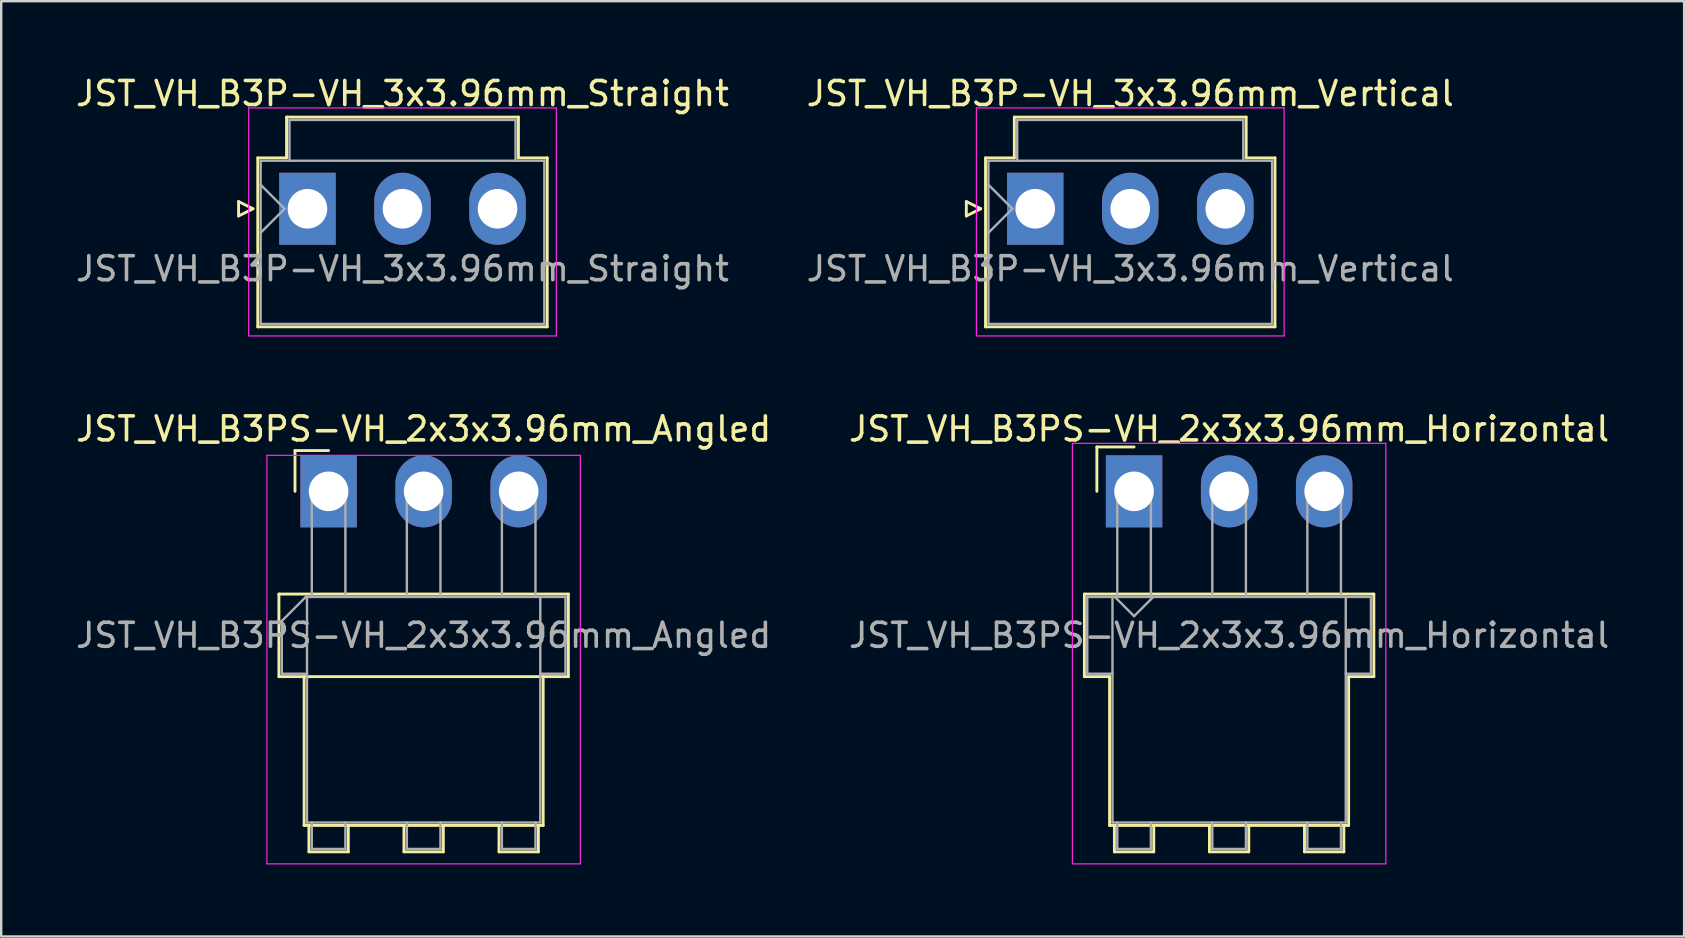
<source format=kicad_pcb>
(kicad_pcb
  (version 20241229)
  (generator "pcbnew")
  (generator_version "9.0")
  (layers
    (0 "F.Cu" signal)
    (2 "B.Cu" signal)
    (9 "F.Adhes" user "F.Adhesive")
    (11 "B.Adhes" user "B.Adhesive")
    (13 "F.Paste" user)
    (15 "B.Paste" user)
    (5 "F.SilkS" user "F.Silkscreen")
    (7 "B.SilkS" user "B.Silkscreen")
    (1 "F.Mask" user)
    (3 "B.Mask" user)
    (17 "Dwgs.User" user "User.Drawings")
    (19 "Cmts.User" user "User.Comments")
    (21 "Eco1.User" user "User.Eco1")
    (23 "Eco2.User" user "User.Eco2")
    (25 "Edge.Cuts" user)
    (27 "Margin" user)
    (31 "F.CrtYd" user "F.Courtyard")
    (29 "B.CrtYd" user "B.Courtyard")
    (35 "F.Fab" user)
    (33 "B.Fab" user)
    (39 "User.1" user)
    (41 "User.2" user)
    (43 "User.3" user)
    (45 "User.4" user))
  (footprint "JST_VH_B3PS-VH_2x3x3.96mm_Horizontal"
    (layer "F.Cu")
    (at 44.201 17.422)
    (property "Reference" "JST_VH_B3PS-VH_2x3x3.96mm_Horizontal" (at 3.96 -2.6 0) (layer "F.SilkS") (effects (font (size 1 1) (thickness 0.15))))
    (attr through_hole)
    (fp_line (start -2.07 4.28) (end 9.99 4.28) (stroke (width 0.12) (type solid)) (layer "F.SilkS"))
    (fp_line (start -2.07 7.72) (end -2.07 4.28) (stroke (width 0.12) (type solid)) (layer "F.SilkS"))
    (fp_line (start -1.55 -1.85) (end -1.55 0) (stroke (width 0.12) (type solid)) (layer "F.SilkS"))
    (fp_line (start -1.02 7.72) (end -2.07 7.72) (stroke (width 0.12) (type solid)) (layer "F.SilkS"))
    (fp_line (start -1.02 13.92) (end -1.02 7.72) (stroke (width 0.12) (type solid)) (layer "F.SilkS"))
    (fp_line (start -0.82 13.92) (end -0.82 15.02) (stroke (width 0.12) (type solid)) (layer "F.SilkS"))
    (fp_line (start -0.82 15.02) (end 0.82 15.02) (stroke (width 0.12) (type solid)) (layer "F.SilkS"))
    (fp_line (start 0 -1.85) (end -1.55 -1.85) (stroke (width 0.12) (type solid)) (layer "F.SilkS"))
    (fp_line (start 0.82 15.02) (end 0.82 13.92) (stroke (width 0.12) (type solid)) (layer "F.SilkS"))
    (fp_line (start 3.14 13.92) (end 3.14 15.02) (stroke (width 0.12) (type solid)) (layer "F.SilkS"))
    (fp_line (start 3.14 15.02) (end 4.78 15.02) (stroke (width 0.12) (type solid)) (layer "F.SilkS"))
    (fp_line (start 4.78 15.02) (end 4.78 13.92) (stroke (width 0.12) (type solid)) (layer "F.SilkS"))
    (fp_line (start 7.1 13.92) (end 7.1 15.02) (stroke (width 0.12) (type solid)) (layer "F.SilkS"))
    (fp_line (start 7.1 15.02) (end 8.74 15.02) (stroke (width 0.12) (type solid)) (layer "F.SilkS"))
    (fp_line (start 8.74 15.02) (end 8.74 13.92) (stroke (width 0.12) (type solid)) (layer "F.SilkS"))
    (fp_line (start 8.94 7.72) (end 8.94 13.92) (stroke (width 0.12) (type solid)) (layer "F.SilkS"))
    (fp_line (start 8.94 13.92) (end -1.02 13.92) (stroke (width 0.12) (type solid)) (layer "F.SilkS"))
    (fp_line (start 9.99 4.28) (end 9.99 7.72) (stroke (width 0.12) (type solid)) (layer "F.SilkS"))
    (fp_line (start 9.99 7.72) (end 8.94 7.72) (stroke (width 0.12) (type solid)) (layer "F.SilkS"))
    (fp_line (start -2.57 -2) (end -2.57 15.52) (stroke (width 0.05) (type solid)) (layer "F.CrtYd"))
    (fp_line (start -2.57 15.52) (end 10.49 15.52) (stroke (width 0.05) (type solid)) (layer "F.CrtYd"))
    (fp_line (start 10.49 -2) (end -2.57 -2) (stroke (width 0.05) (type solid)) (layer "F.CrtYd"))
    (fp_line (start 10.49 15.52) (end 10.49 -2) (stroke (width 0.05) (type solid)) (layer "F.CrtYd"))
    (fp_line (start -1.95 4.4) (end -0.9 4.4) (stroke (width 0.1) (type solid)) (layer "F.Fab"))
    (fp_line (start -1.95 7.6) (end -1.95 4.4) (stroke (width 0.1) (type solid)) (layer "F.Fab"))
    (fp_line (start -0.9 4.4) (end -0.9 13.8) (stroke (width 0.1) (type solid)) (layer "F.Fab"))
    (fp_line (start -0.9 7.6) (end -1.95 7.6) (stroke (width 0.1) (type solid)) (layer "F.Fab"))
    (fp_line (start -0.9 13.8) (end 8.82 13.8) (stroke (width 0.1) (type solid)) (layer "F.Fab"))
    (fp_line (start -0.8 4.4) (end 0 5.2) (stroke (width 0.1) (type solid)) (layer "F.Fab"))
    (fp_line (start -0.7 0) (end 0.7 0) (stroke (width 0.1) (type solid)) (layer "F.Fab"))
    (fp_line (start -0.7 4.4) (end -0.7 0) (stroke (width 0.1) (type solid)) (layer "F.Fab"))
    (fp_line (start -0.7 13.8) (end -0.7 14.9) (stroke (width 0.1) (type solid)) (layer "F.Fab"))
    (fp_line (start -0.7 14.9) (end 0.7 14.9) (stroke (width 0.1) (type solid)) (layer "F.Fab"))
    (fp_line (start 0 5.2) (end 0.8 4.4) (stroke (width 0.1) (type solid)) (layer "F.Fab"))
    (fp_line (start 0.7 0) (end 0.7 4.4) (stroke (width 0.1) (type solid)) (layer "F.Fab"))
    (fp_line (start 0.7 14.9) (end 0.7 13.8) (stroke (width 0.1) (type solid)) (layer "F.Fab"))
    (fp_line (start 3.26 0) (end 4.66 0) (stroke (width 0.1) (type solid)) (layer "F.Fab"))
    (fp_line (start 3.26 4.4) (end 3.26 0) (stroke (width 0.1) (type solid)) (layer "F.Fab"))
    (fp_line (start 3.26 13.8) (end 3.26 14.9) (stroke (width 0.1) (type solid)) (layer "F.Fab"))
    (fp_line (start 3.26 14.9) (end 4.66 14.9) (stroke (width 0.1) (type solid)) (layer "F.Fab"))
    (fp_line (start 4.66 0) (end 4.66 4.4) (stroke (width 0.1) (type solid)) (layer "F.Fab"))
    (fp_line (start 4.66 14.9) (end 4.66 13.8) (stroke (width 0.1) (type solid)) (layer "F.Fab"))
    (fp_line (start 7.22 0) (end 8.62 0) (stroke (width 0.1) (type solid)) (layer "F.Fab"))
    (fp_line (start 7.22 4.4) (end 7.22 0) (stroke (width 0.1) (type solid)) (layer "F.Fab"))
    (fp_line (start 7.22 13.8) (end 7.22 14.9) (stroke (width 0.1) (type solid)) (layer "F.Fab"))
    (fp_line (start 7.22 14.9) (end 8.62 14.9) (stroke (width 0.1) (type solid)) (layer "F.Fab"))
    (fp_line (start 8.62 0) (end 8.62 4.4) (stroke (width 0.1) (type solid)) (layer "F.Fab"))
    (fp_line (start 8.62 14.9) (end 8.62 13.8) (stroke (width 0.1) (type solid)) (layer "F.Fab"))
    (fp_line (start 8.82 4.4) (end -0.9 4.4) (stroke (width 0.1) (type solid)) (layer "F.Fab"))
    (fp_line (start 8.82 4.4) (end 9.87 4.4) (stroke (width 0.1) (type solid)) (layer "F.Fab"))
    (fp_line (start 8.82 13.8) (end 8.82 4.4) (stroke (width 0.1) (type solid)) (layer "F.Fab"))
    (fp_line (start 9.87 4.4) (end 9.87 7.6) (stroke (width 0.1) (type solid)) (layer "F.Fab"))
    (fp_line (start 9.87 7.6) (end 8.82 7.6) (stroke (width 0.1) (type solid)) (layer "F.Fab"))
    (fp_text user "${REFERENCE}" (at 3.96 6 0) (layer "F.Fab") (effects (font (size 1 1) (thickness 0.15))))
    (pad "1" thru_hole rect (at 0 0) (size 2.35 3) (drill 1.65) (layers "*.Cu" "*.Mask"))
    (pad "2" thru_hole oval (at 3.96 0) (size 2.35 3) (drill 1.65) (layers "*.Cu" "*.Mask"))
    (pad "3" thru_hole oval (at 7.92 0) (size 2.35 3) (drill 1.65) (layers "*.Cu" "*.Mask")))
  (footprint "JST_VH_B3P-VH_3x3.96mm_Straight"
    (layer "F.Cu")
    (at 9.76 5.648)
    (property "Reference" "JST_VH_B3P-VH_3x3.96mm_Straight" (at 3.96 -4.8 0) (layer "F.SilkS") (effects (font (size 1 1) (thickness 0.15))))
    (attr through_hole)
    (fp_line (start -2.87 -0.3) (end -2.27 0) (stroke (width 0.12) (type solid)) (layer "F.SilkS"))
    (fp_line (start -2.87 0.3) (end -2.87 -0.3) (stroke (width 0.12) (type solid)) (layer "F.SilkS"))
    (fp_line (start -2.27 0) (end -2.87 0.3) (stroke (width 0.12) (type solid)) (layer "F.SilkS"))
    (fp_line (start -2.07 -2.12) (end -0.87 -2.12) (stroke (width 0.12) (type solid)) (layer "F.SilkS"))
    (fp_line (start -2.07 4.92) (end -2.07 -2.12) (stroke (width 0.12) (type solid)) (layer "F.SilkS"))
    (fp_line (start -0.87 -3.82) (end 8.79 -3.82) (stroke (width 0.12) (type solid)) (layer "F.SilkS"))
    (fp_line (start -0.87 -2.12) (end -0.87 -3.82) (stroke (width 0.12) (type solid)) (layer "F.SilkS"))
    (fp_line (start 8.79 -3.82) (end 8.79 -2.12) (stroke (width 0.12) (type solid)) (layer "F.SilkS"))
    (fp_line (start 8.79 -2.12) (end 9.99 -2.12) (stroke (width 0.12) (type solid)) (layer "F.SilkS"))
    (fp_line (start 9.99 -2.12) (end 9.99 4.92) (stroke (width 0.12) (type solid)) (layer "F.SilkS"))
    (fp_line (start 9.99 4.92) (end -2.07 4.92) (stroke (width 0.12) (type solid)) (layer "F.SilkS"))
    (fp_line (start -2.45 -4.2) (end -2.45 5.3) (stroke (width 0.05) (type solid)) (layer "F.CrtYd"))
    (fp_line (start -2.45 5.3) (end 10.37 5.3) (stroke (width 0.05) (type solid)) (layer "F.CrtYd"))
    (fp_line (start 10.37 -4.2) (end -2.45 -4.2) (stroke (width 0.05) (type solid)) (layer "F.CrtYd"))
    (fp_line (start 10.37 5.3) (end 10.37 -4.2) (stroke (width 0.05) (type solid)) (layer "F.CrtYd"))
    (fp_line (start -1.95 -2) (end -1.95 4.8) (stroke (width 0.1) (type solid)) (layer "F.Fab"))
    (fp_line (start -1.95 -1) (end -0.95 0) (stroke (width 0.1) (type solid)) (layer "F.Fab"))
    (fp_line (start -1.95 1) (end -0.95 0) (stroke (width 0.1) (type solid)) (layer "F.Fab"))
    (fp_line (start -1.95 4.8) (end 9.87 4.8) (stroke (width 0.1) (type solid)) (layer "F.Fab"))
    (fp_line (start -0.75 -3.7) (end 8.67 -3.7) (stroke (width 0.1) (type solid)) (layer "F.Fab"))
    (fp_line (start -0.75 -2) (end -0.75 -3.7) (stroke (width 0.1) (type solid)) (layer "F.Fab"))
    (fp_line (start 8.67 -3.7) (end 8.67 -2) (stroke (width 0.1) (type solid)) (layer "F.Fab"))
    (fp_line (start 9.87 -2) (end -1.95 -2) (stroke (width 0.1) (type solid)) (layer "F.Fab"))
    (fp_line (start 9.87 4.8) (end 9.87 -2) (stroke (width 0.1) (type solid)) (layer "F.Fab"))
    (fp_text user "${REFERENCE}" (at 3.96 2.5 0) (layer "F.Fab") (effects (font (size 1 1) (thickness 0.15))))
    (pad "1" thru_hole rect (at 0 0) (size 2.35 3) (drill 1.65) (layers "*.Cu" "*.Mask"))
    (pad "2" thru_hole oval (at 3.96 0) (size 2.35 3) (drill 1.65) (layers "*.Cu" "*.Mask"))
    (pad "3" thru_hole oval (at 7.92 0) (size 2.35 3) (drill 1.65) (layers "*.Cu" "*.Mask")))
  (footprint "JST_VH_B3P-VH_3x3.96mm_Vertical"
    (layer "F.Cu")
    (at 40.082 5.648)
    (property "Reference" "JST_VH_B3P-VH_3x3.96mm_Vertical" (at 3.96 -4.8 0) (layer "F.SilkS") (effects (font (size 1 1) (thickness 0.15))))
    (attr through_hole)
    (fp_line (start -2.87 -0.3) (end -2.27 0) (stroke (width 0.12) (type solid)) (layer "F.SilkS"))
    (fp_line (start -2.87 0.3) (end -2.87 -0.3) (stroke (width 0.12) (type solid)) (layer "F.SilkS"))
    (fp_line (start -2.27 0) (end -2.87 0.3) (stroke (width 0.12) (type solid)) (layer "F.SilkS"))
    (fp_line (start -2.07 -2.12) (end -0.87 -2.12) (stroke (width 0.12) (type solid)) (layer "F.SilkS"))
    (fp_line (start -2.07 4.92) (end -2.07 -2.12) (stroke (width 0.12) (type solid)) (layer "F.SilkS"))
    (fp_line (start -0.87 -3.82) (end 8.79 -3.82) (stroke (width 0.12) (type solid)) (layer "F.SilkS"))
    (fp_line (start -0.87 -2.12) (end -0.87 -3.82) (stroke (width 0.12) (type solid)) (layer "F.SilkS"))
    (fp_line (start 8.79 -3.82) (end 8.79 -2.12) (stroke (width 0.12) (type solid)) (layer "F.SilkS"))
    (fp_line (start 8.79 -2.12) (end 9.99 -2.12) (stroke (width 0.12) (type solid)) (layer "F.SilkS"))
    (fp_line (start 9.99 -2.12) (end 9.99 4.92) (stroke (width 0.12) (type solid)) (layer "F.SilkS"))
    (fp_line (start 9.99 4.92) (end -2.07 4.92) (stroke (width 0.12) (type solid)) (layer "F.SilkS"))
    (fp_line (start -2.45 -4.2) (end -2.45 5.3) (stroke (width 0.05) (type solid)) (layer "F.CrtYd"))
    (fp_line (start -2.45 5.3) (end 10.37 5.3) (stroke (width 0.05) (type solid)) (layer "F.CrtYd"))
    (fp_line (start 10.37 -4.2) (end -2.45 -4.2) (stroke (width 0.05) (type solid)) (layer "F.CrtYd"))
    (fp_line (start 10.37 5.3) (end 10.37 -4.2) (stroke (width 0.05) (type solid)) (layer "F.CrtYd"))
    (fp_line (start -1.95 -2) (end -1.95 4.8) (stroke (width 0.1) (type solid)) (layer "F.Fab"))
    (fp_line (start -1.95 -1) (end -0.95 0) (stroke (width 0.1) (type solid)) (layer "F.Fab"))
    (fp_line (start -1.95 1) (end -0.95 0) (stroke (width 0.1) (type solid)) (layer "F.Fab"))
    (fp_line (start -1.95 4.8) (end 9.87 4.8) (stroke (width 0.1) (type solid)) (layer "F.Fab"))
    (fp_line (start -0.75 -3.7) (end 8.67 -3.7) (stroke (width 0.1) (type solid)) (layer "F.Fab"))
    (fp_line (start -0.75 -2) (end -0.75 -3.7) (stroke (width 0.1) (type solid)) (layer "F.Fab"))
    (fp_line (start 8.67 -3.7) (end 8.67 -2) (stroke (width 0.1) (type solid)) (layer "F.Fab"))
    (fp_line (start 9.87 -2) (end -1.95 -2) (stroke (width 0.1) (type solid)) (layer "F.Fab"))
    (fp_line (start 9.87 4.8) (end 9.87 -2) (stroke (width 0.1) (type solid)) (layer "F.Fab"))
    (fp_text user "${REFERENCE}" (at 3.96 2.5 0) (layer "F.Fab") (effects (font (size 1 1) (thickness 0.15))))
    (pad "1" thru_hole rect (at 0 0) (size 2.35 3) (drill 1.65) (layers "*.Cu" "*.Mask"))
    (pad "2" thru_hole oval (at 3.96 0) (size 2.35 3) (drill 1.65) (layers "*.Cu" "*.Mask"))
    (pad "3" thru_hole oval (at 7.92 0) (size 2.35 3) (drill 1.65) (layers "*.Cu" "*.Mask")))
  (footprint "JST_VH_B3PS-VH_2x3x3.96mm_Angled"
    (layer "F.Cu")
    (at 10.641 17.422)
    (property "Reference" "JST_VH_B3PS-VH_2x3x3.96mm_Angled" (at 3.96 -2.6 0) (layer "F.SilkS") (effects (font (size 1 1) (thickness 0.15))))
    (attr through_hole)
    (fp_line (start -2.07 4.28) (end -2.07 7.72) (stroke (width 0.12) (type solid)) (layer "F.SilkS"))
    (fp_line (start -2.07 7.72) (end 9.99 7.72) (stroke (width 0.12) (type solid)) (layer "F.SilkS"))
    (fp_line (start -1.4 -1.7) (end -1.4 0) (stroke (width 0.12) (type solid)) (layer "F.SilkS"))
    (fp_line (start -1.02 7.72) (end -1.02 13.92) (stroke (width 0.12) (type solid)) (layer "F.SilkS"))
    (fp_line (start -1.02 13.92) (end 8.94 13.92) (stroke (width 0.12) (type solid)) (layer "F.SilkS"))
    (fp_line (start -0.82 13.92) (end -0.82 15.02) (stroke (width 0.12) (type solid)) (layer "F.SilkS"))
    (fp_line (start -0.82 15.02) (end 0.82 15.02) (stroke (width 0.12) (type solid)) (layer "F.SilkS"))
    (fp_line (start 0 -1.7) (end -1.4 -1.7) (stroke (width 0.12) (type solid)) (layer "F.SilkS"))
    (fp_line (start 0.82 15.02) (end 0.82 13.92) (stroke (width 0.12) (type solid)) (layer "F.SilkS"))
    (fp_line (start 3.14 13.92) (end 3.14 15.02) (stroke (width 0.12) (type solid)) (layer "F.SilkS"))
    (fp_line (start 3.14 15.02) (end 4.78 15.02) (stroke (width 0.12) (type solid)) (layer "F.SilkS"))
    (fp_line (start 4.78 15.02) (end 4.78 13.92) (stroke (width 0.12) (type solid)) (layer "F.SilkS"))
    (fp_line (start 7.1 13.92) (end 7.1 15.02) (stroke (width 0.12) (type solid)) (layer "F.SilkS"))
    (fp_line (start 7.1 15.02) (end 8.74 15.02) (stroke (width 0.12) (type solid)) (layer "F.SilkS"))
    (fp_line (start 8.74 15.02) (end 8.74 13.92) (stroke (width 0.12) (type solid)) (layer "F.SilkS"))
    (fp_line (start 8.94 13.92) (end 8.94 7.72) (stroke (width 0.12) (type solid)) (layer "F.SilkS"))
    (fp_line (start 9.99 4.28) (end -2.07 4.28) (stroke (width 0.12) (type solid)) (layer "F.SilkS"))
    (fp_line (start 9.99 7.72) (end 9.99 4.28) (stroke (width 0.12) (type solid)) (layer "F.SilkS"))
    (fp_line (start -2.57 -1.5) (end -2.57 15.52) (stroke (width 0.05) (type solid)) (layer "F.CrtYd"))
    (fp_line (start -2.57 15.52) (end 10.49 15.52) (stroke (width 0.05) (type solid)) (layer "F.CrtYd"))
    (fp_line (start 10.49 -1.5) (end -2.57 -1.5) (stroke (width 0.05) (type solid)) (layer "F.CrtYd"))
    (fp_line (start 10.49 15.52) (end 10.49 -1.5) (stroke (width 0.05) (type solid)) (layer "F.CrtYd"))
    (fp_line (start -1.95 5.4) (end -0.95 4.4) (stroke (width 0.1) (type solid)) (layer "F.Fab"))
    (fp_line (start -1.95 7.6) (end -1.95 5.4) (stroke (width 0.1) (type solid)) (layer "F.Fab"))
    (fp_line (start -0.95 4.4) (end -0.9 4.4) (stroke (width 0.1) (type solid)) (layer "F.Fab"))
    (fp_line (start -0.9 4.4) (end -0.9 13.8) (stroke (width 0.1) (type solid)) (layer "F.Fab"))
    (fp_line (start -0.9 7.6) (end -1.95 7.6) (stroke (width 0.1) (type solid)) (layer "F.Fab"))
    (fp_line (start -0.9 13.8) (end 8.82 13.8) (stroke (width 0.1) (type solid)) (layer "F.Fab"))
    (fp_line (start -0.7 0) (end 0.7 0) (stroke (width 0.1) (type solid)) (layer "F.Fab"))
    (fp_line (start -0.7 4.4) (end -0.7 0) (stroke (width 0.1) (type solid)) (layer "F.Fab"))
    (fp_line (start -0.7 13.8) (end -0.7 14.9) (stroke (width 0.1) (type solid)) (layer "F.Fab"))
    (fp_line (start -0.7 14.9) (end 0.7 14.9) (stroke (width 0.1) (type solid)) (layer "F.Fab"))
    (fp_line (start 0.7 0) (end 0.7 4.4) (stroke (width 0.1) (type solid)) (layer "F.Fab"))
    (fp_line (start 0.7 14.9) (end 0.7 13.8) (stroke (width 0.1) (type solid)) (layer "F.Fab"))
    (fp_line (start 3.26 0) (end 4.66 0) (stroke (width 0.1) (type solid)) (layer "F.Fab"))
    (fp_line (start 3.26 4.4) (end 3.26 0) (stroke (width 0.1) (type solid)) (layer "F.Fab"))
    (fp_line (start 3.26 13.8) (end 3.26 14.9) (stroke (width 0.1) (type solid)) (layer "F.Fab"))
    (fp_line (start 3.26 14.9) (end 4.66 14.9) (stroke (width 0.1) (type solid)) (layer "F.Fab"))
    (fp_line (start 4.66 0) (end 4.66 4.4) (stroke (width 0.1) (type solid)) (layer "F.Fab"))
    (fp_line (start 4.66 14.9) (end 4.66 13.8) (stroke (width 0.1) (type solid)) (layer "F.Fab"))
    (fp_line (start 7.22 0) (end 8.62 0) (stroke (width 0.1) (type solid)) (layer "F.Fab"))
    (fp_line (start 7.22 4.4) (end 7.22 0) (stroke (width 0.1) (type solid)) (layer "F.Fab"))
    (fp_line (start 7.22 13.8) (end 7.22 14.9) (stroke (width 0.1) (type solid)) (layer "F.Fab"))
    (fp_line (start 7.22 14.9) (end 8.62 14.9) (stroke (width 0.1) (type solid)) (layer "F.Fab"))
    (fp_line (start 8.62 0) (end 8.62 4.4) (stroke (width 0.1) (type solid)) (layer "F.Fab"))
    (fp_line (start 8.62 14.9) (end 8.62 13.8) (stroke (width 0.1) (type solid)) (layer "F.Fab"))
    (fp_line (start 8.82 4.4) (end -0.9 4.4) (stroke (width 0.1) (type solid)) (layer "F.Fab"))
    (fp_line (start 8.82 4.4) (end 9.87 4.4) (stroke (width 0.1) (type solid)) (layer "F.Fab"))
    (fp_line (start 8.82 13.8) (end 8.82 4.4) (stroke (width 0.1) (type solid)) (layer "F.Fab"))
    (fp_line (start 9.87 4.4) (end 9.87 7.6) (stroke (width 0.1) (type solid)) (layer "F.Fab"))
    (fp_line (start 9.87 7.6) (end 8.82 7.6) (stroke (width 0.1) (type solid)) (layer "F.Fab"))
    (fp_text user "${REFERENCE}" (at 3.96 6 0) (layer "F.Fab") (effects (font (size 1 1) (thickness 0.15))))
    (pad "1" thru_hole rect (at 0 0) (size 2.35 3) (drill 1.65) (layers "*.Cu" "*.Mask"))
    (pad "2" thru_hole oval (at 3.96 0) (size 2.35 3) (drill 1.65) (layers "*.Cu" "*.Mask"))
    (pad "3" thru_hole oval (at 7.92 0) (size 2.35 3) (drill 1.65) (layers "*.Cu" "*.Mask")))
  (gr_rect
    (start -3 -3)
    (end 67.119 35.967)
    (stroke (width 0.1) (type default))
    (fill no)
    (layer "Edge.Cuts")))
</source>
